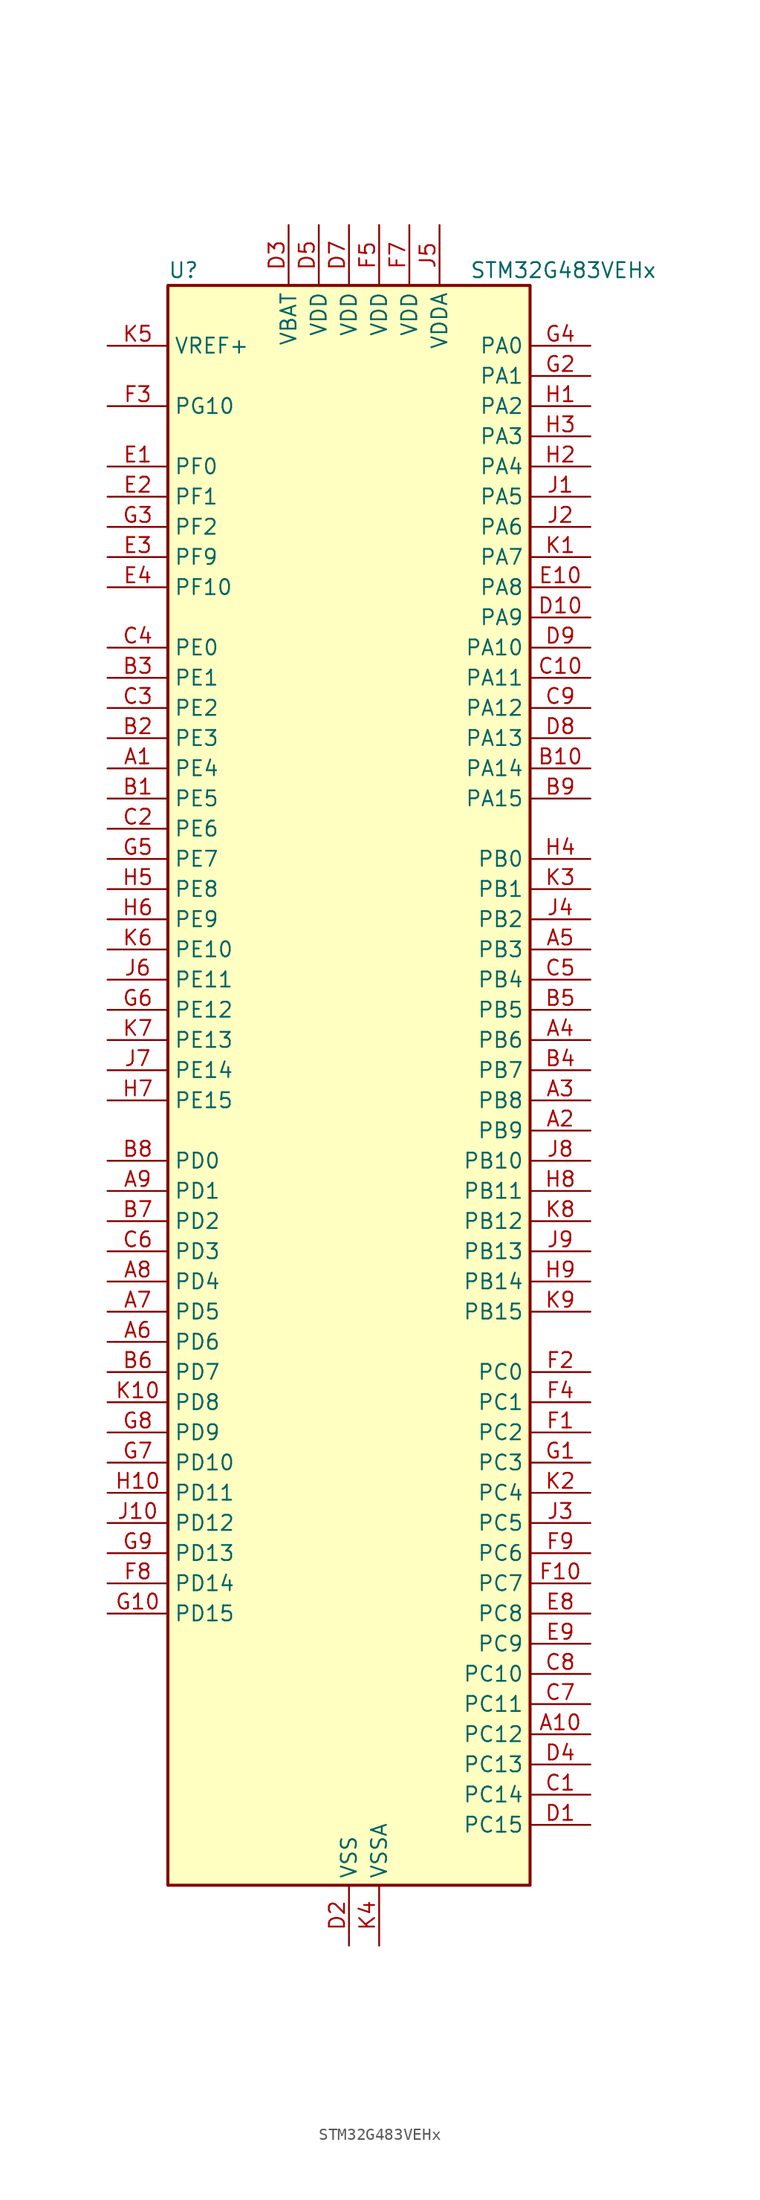
<source format=kicad_sym>
(kicad_symbol_lib
  (version 20241209)
  (generator "kicad_symbol_editor")
  (generator_version "9.0")
  (symbol "STM32G483VEHx"
    (property "Reference" "U"
      (at -15.24 69.85 0)
      (effects (font (size 1.27 1.27)) (justify left)))
    (property "Value" "STM32G483VEHx"
      (at 10.16 69.85 0)
      (effects (font (size 1.27 1.27)) (justify left)))
    (symbol "STM32G483VEHx_0_1"
      (rectangle (start -15.24 -66.04) (end 15.24 68.58) (stroke (width 0.254) (type default)) (fill (type background))))
    (symbol "STM32G483VEHx_1_1"
      (pin input line (at -20.32 63.5 0) (length 5.08) (name "VREF+" (effects (font (size 1.27 1.27)))) (number "K5" (effects (font (size 1.27 1.27)))) (alternate "VREFBUF_OUT" bidirectional line))
      (pin bidirectional line (at -20.32 58.42 0) (length 5.08) (name "PG10" (effects (font (size 1.27 1.27)))) (number "F3" (effects (font (size 1.27 1.27)))) (alternate "DAC1_EXTI10" bidirectional line) (alternate "DAC2_EXTI10" bidirectional line) (alternate "DAC3_EXTI10" bidirectional line) (alternate "DAC4_EXTI10" bidirectional line) (alternate "RCC_MCO" bidirectional line))
      (pin bidirectional line (at -20.32 53.34 0) (length 5.08) (name "PF0" (effects (font (size 1.27 1.27)))) (number "E1" (effects (font (size 1.27 1.27)))) (alternate "ADC1_IN10" bidirectional line) (alternate "I2C2_SDA" bidirectional line) (alternate "I2S2_WS" bidirectional line) (alternate "RCC_OSC_IN" bidirectional line) (alternate "SPI2_NSS" bidirectional line) (alternate "TIM1_CH3N" bidirectional line))
      (pin bidirectional line (at -20.32 50.8 0) (length 5.08) (name "PF1" (effects (font (size 1.27 1.27)))) (number "E2" (effects (font (size 1.27 1.27)))) (alternate "ADC2_IN10" bidirectional line) (alternate "COMP3_INM" bidirectional line) (alternate "I2S2_CK" bidirectional line) (alternate "RCC_OSC_OUT" bidirectional line) (alternate "SPI2_SCK" bidirectional line))
      (pin bidirectional line (at -20.32 48.26 0) (length 5.08) (name "PF2" (effects (font (size 1.27 1.27)))) (number "G3" (effects (font (size 1.27 1.27)))) (alternate "ADC3_EXTI2" bidirectional line) (alternate "ADC4_EXTI2" bidirectional line) (alternate "ADC5_EXTI2" bidirectional line) (alternate "FMC_A2" bidirectional line) (alternate "I2C2_SMBA" bidirectional line) (alternate "TIM20_CH3" bidirectional line))
      (pin bidirectional line (at -20.32 45.72 0) (length 5.08) (name "PF9" (effects (font (size 1.27 1.27)))) (number "E3" (effects (font (size 1.27 1.27)))) (alternate "DAC1_EXTI9" bidirectional line) (alternate "DAC2_EXTI9" bidirectional line) (alternate "DAC3_EXTI9" bidirectional line) (alternate "DAC4_EXTI9" bidirectional line) (alternate "FMC_A25" bidirectional line) (alternate "QUADSPI1_BK1_IO1" bidirectional line) (alternate "SAI1_FS_B" bidirectional line) (alternate "SPI2_SCK" bidirectional line) (alternate "TIM15_CH1" bidirectional line) (alternate "TIM20_BKIN" bidirectional line) (alternate "TIM5_CH4" bidirectional line))
      (pin bidirectional line (at -20.32 43.18 0) (length 5.08) (name "PF10" (effects (font (size 1.27 1.27)))) (number "E4" (effects (font (size 1.27 1.27)))) (alternate "DAC1_EXTI10" bidirectional line) (alternate "DAC2_EXTI10" bidirectional line) (alternate "DAC3_EXTI10" bidirectional line) (alternate "DAC4_EXTI10" bidirectional line) (alternate "FMC_A0" bidirectional line) (alternate "QUADSPI1_CLK" bidirectional line) (alternate "SAI1_D3" bidirectional line) (alternate "SPI2_SCK" bidirectional line) (alternate "TIM15_CH2" bidirectional line) (alternate "TIM20_BKIN2" bidirectional line))
      (pin bidirectional line (at -20.32 38.1 0) (length 5.08) (name "PE0" (effects (font (size 1.27 1.27)))) (number "C4" (effects (font (size 1.27 1.27)))) (alternate "FMC_NBL0" bidirectional line) (alternate "TIM16_CH1" bidirectional line) (alternate "TIM20_CH4N" bidirectional line) (alternate "TIM20_ETR" bidirectional line) (alternate "TIM4_ETR" bidirectional line) (alternate "USART1_TX" bidirectional line))
      (pin bidirectional line (at -20.32 35.56 0) (length 5.08) (name "PE1" (effects (font (size 1.27 1.27)))) (number "B3" (effects (font (size 1.27 1.27)))) (alternate "FMC_NBL1" bidirectional line) (alternate "TIM17_CH1" bidirectional line) (alternate "TIM20_CH4" bidirectional line) (alternate "USART1_RX" bidirectional line))
      (pin bidirectional line (at -20.32 33.02 0) (length 5.08) (name "PE2" (effects (font (size 1.27 1.27)))) (number "C3" (effects (font (size 1.27 1.27)))) (alternate "ADC3_EXTI2" bidirectional line) (alternate "ADC4_EXTI2" bidirectional line) (alternate "ADC5_EXTI2" bidirectional line) (alternate "FMC_A23" bidirectional line) (alternate "SAI1_CK1" bidirectional line) (alternate "SAI1_MCLK_A" bidirectional line) (alternate "SPI4_SCK" bidirectional line) (alternate "SYS_TRACECLK" bidirectional line) (alternate "TIM20_CH1" bidirectional line) (alternate "TIM3_CH1" bidirectional line))
      (pin bidirectional line (at -20.32 30.48 0) (length 5.08) (name "PE3" (effects (font (size 1.27 1.27)))) (number "B2" (effects (font (size 1.27 1.27)))) (alternate "ADC3_EXTI3" bidirectional line) (alternate "ADC4_EXTI3" bidirectional line) (alternate "ADC5_EXTI3" bidirectional line) (alternate "FMC_A19" bidirectional line) (alternate "SAI1_SD_B" bidirectional line) (alternate "SPI4_NSS" bidirectional line) (alternate "SYS_TRACED0" bidirectional line) (alternate "TIM20_CH2" bidirectional line) (alternate "TIM3_CH2" bidirectional line))
      (pin bidirectional line (at -20.32 27.94 0) (length 5.08) (name "PE4" (effects (font (size 1.27 1.27)))) (number "A1" (effects (font (size 1.27 1.27)))) (alternate "FMC_A20" bidirectional line) (alternate "SAI1_D2" bidirectional line) (alternate "SAI1_FS_A" bidirectional line) (alternate "SPI4_NSS" bidirectional line) (alternate "SYS_TRACED1" bidirectional line) (alternate "TIM20_CH1N" bidirectional line) (alternate "TIM3_CH3" bidirectional line))
      (pin bidirectional line (at -20.32 25.4 0) (length 5.08) (name "PE5" (effects (font (size 1.27 1.27)))) (number "B1" (effects (font (size 1.27 1.27)))) (alternate "FMC_A21" bidirectional line) (alternate "SAI1_CK2" bidirectional line) (alternate "SAI1_SCK_A" bidirectional line) (alternate "SPI4_MISO" bidirectional line) (alternate "SYS_TRACED2" bidirectional line) (alternate "TIM20_CH2N" bidirectional line) (alternate "TIM3_CH4" bidirectional line))
      (pin bidirectional line (at -20.32 22.86 0) (length 5.08) (name "PE6" (effects (font (size 1.27 1.27)))) (number "C2" (effects (font (size 1.27 1.27)))) (alternate "FMC_A22" bidirectional line) (alternate "RTC_TAMP3" bidirectional line) (alternate "SAI1_D1" bidirectional line) (alternate "SAI1_SD_A" bidirectional line) (alternate "SPI4_MOSI" bidirectional line) (alternate "SYS_TRACED3" bidirectional line) (alternate "SYS_WKUP3" bidirectional line) (alternate "TIM20_CH3N" bidirectional line))
      (pin bidirectional line (at -20.32 20.32 0) (length 5.08) (name "PE7" (effects (font (size 1.27 1.27)))) (number "G5" (effects (font (size 1.27 1.27)))) (alternate "ADC3_IN4" bidirectional line) (alternate "COMP4_INP" bidirectional line) (alternate "FMC_D4" bidirectional line) (alternate "FMC_DA4" bidirectional line) (alternate "SAI1_SD_B" bidirectional line) (alternate "TIM1_ETR" bidirectional line))
      (pin bidirectional line (at -20.32 17.78 0) (length 5.08) (name "PE8" (effects (font (size 1.27 1.27)))) (number "H5" (effects (font (size 1.27 1.27)))) (alternate "ADC3_IN6" bidirectional line) (alternate "ADC4_IN6" bidirectional line) (alternate "ADC5_IN6" bidirectional line) (alternate "COMP4_INM" bidirectional line) (alternate "FMC_D5" bidirectional line) (alternate "FMC_DA5" bidirectional line) (alternate "SAI1_SCK_B" bidirectional line) (alternate "TIM1_CH1N" bidirectional line) (alternate "TIM5_CH3" bidirectional line))
      (pin bidirectional line (at -20.32 15.24 0) (length 5.08) (name "PE9" (effects (font (size 1.27 1.27)))) (number "H6" (effects (font (size 1.27 1.27)))) (alternate "ADC3_IN2" bidirectional line) (alternate "DAC1_EXTI9" bidirectional line) (alternate "DAC2_EXTI9" bidirectional line) (alternate "DAC3_EXTI9" bidirectional line) (alternate "DAC4_EXTI9" bidirectional line) (alternate "FMC_D6" bidirectional line) (alternate "FMC_DA6" bidirectional line) (alternate "SAI1_FS_B" bidirectional line) (alternate "TIM1_CH1" bidirectional line) (alternate "TIM5_CH4" bidirectional line))
      (pin bidirectional line (at -20.32 12.7 0) (length 5.08) (name "PE10" (effects (font (size 1.27 1.27)))) (number "K6" (effects (font (size 1.27 1.27)))) (alternate "ADC3_IN14" bidirectional line) (alternate "ADC4_IN14" bidirectional line) (alternate "ADC5_IN14" bidirectional line) (alternate "DAC1_EXTI10" bidirectional line) (alternate "DAC2_EXTI10" bidirectional line) (alternate "DAC3_EXTI10" bidirectional line) (alternate "DAC4_EXTI10" bidirectional line) (alternate "FMC_D7" bidirectional line) (alternate "FMC_DA7" bidirectional line) (alternate "QUADSPI1_CLK" bidirectional line) (alternate "SAI1_MCLK_B" bidirectional line) (alternate "TIM1_CH2N" bidirectional line))
      (pin bidirectional line (at -20.32 10.16 0) (length 5.08) (name "PE11" (effects (font (size 1.27 1.27)))) (number "J6" (effects (font (size 1.27 1.27)))) (alternate "ADC1_EXTI11" bidirectional line) (alternate "ADC2_EXTI11" bidirectional line) (alternate "ADC3_IN15" bidirectional line) (alternate "ADC4_IN15" bidirectional line) (alternate "ADC5_IN15" bidirectional line) (alternate "FMC_D8" bidirectional line) (alternate "FMC_DA8" bidirectional line) (alternate "QUADSPI1_BK1_NCS" bidirectional line) (alternate "SPI4_NSS" bidirectional line) (alternate "TIM1_CH2" bidirectional line))
      (pin bidirectional line (at -20.32 7.62 0) (length 5.08) (name "PE12" (effects (font (size 1.27 1.27)))) (number "G6" (effects (font (size 1.27 1.27)))) (alternate "ADC3_IN16" bidirectional line) (alternate "ADC4_IN16" bidirectional line) (alternate "ADC5_IN16" bidirectional line) (alternate "FMC_D9" bidirectional line) (alternate "FMC_DA9" bidirectional line) (alternate "QUADSPI1_BK1_IO0" bidirectional line) (alternate "SPI4_SCK" bidirectional line) (alternate "TIM1_CH3N" bidirectional line))
      (pin bidirectional line (at -20.32 5.08 0) (length 5.08) (name "PE13" (effects (font (size 1.27 1.27)))) (number "K7" (effects (font (size 1.27 1.27)))) (alternate "ADC3_IN3" bidirectional line) (alternate "FMC_D10" bidirectional line) (alternate "FMC_DA10" bidirectional line) (alternate "QUADSPI1_BK1_IO1" bidirectional line) (alternate "SPI4_MISO" bidirectional line) (alternate "TIM1_CH3" bidirectional line))
      (pin bidirectional line (at -20.32 2.54 0) (length 5.08) (name "PE14" (effects (font (size 1.27 1.27)))) (number "J7" (effects (font (size 1.27 1.27)))) (alternate "ADC4_IN1" bidirectional line) (alternate "FMC_D11" bidirectional line) (alternate "FMC_DA11" bidirectional line) (alternate "QUADSPI1_BK1_IO2" bidirectional line) (alternate "SPI4_MOSI" bidirectional line) (alternate "TIM1_BKIN2" bidirectional line) (alternate "TIM1_CH4" bidirectional line))
      (pin bidirectional line (at -20.32 0 0) (length 5.08) (name "PE15" (effects (font (size 1.27 1.27)))) (number "H7" (effects (font (size 1.27 1.27)))) (alternate "ADC1_EXTI15" bidirectional line) (alternate "ADC2_EXTI15" bidirectional line) (alternate "ADC4_IN2" bidirectional line) (alternate "FMC_D12" bidirectional line) (alternate "FMC_DA12" bidirectional line) (alternate "QUADSPI1_BK1_IO3" bidirectional line) (alternate "TIM1_BKIN" bidirectional line) (alternate "TIM1_CH4N" bidirectional line) (alternate "USART3_RX" bidirectional line))
      (pin bidirectional line (at -20.32 -5.08 0) (length 5.08) (name "PD0" (effects (font (size 1.27 1.27)))) (number "B8" (effects (font (size 1.27 1.27)))) (alternate "FDCAN1_RX" bidirectional line) (alternate "FMC_D2" bidirectional line) (alternate "FMC_DA2" bidirectional line) (alternate "TIM8_CH4N" bidirectional line))
      (pin bidirectional line (at -20.32 -7.62 0) (length 5.08) (name "PD1" (effects (font (size 1.27 1.27)))) (number "A9" (effects (font (size 1.27 1.27)))) (alternate "FDCAN1_TX" bidirectional line) (alternate "FMC_D3" bidirectional line) (alternate "FMC_DA3" bidirectional line) (alternate "TIM8_BKIN2" bidirectional line) (alternate "TIM8_CH4" bidirectional line))
      (pin bidirectional line (at -20.32 -10.16 0) (length 5.08) (name "PD2" (effects (font (size 1.27 1.27)))) (number "B7" (effects (font (size 1.27 1.27)))) (alternate "ADC3_EXTI2" bidirectional line) (alternate "ADC4_EXTI2" bidirectional line) (alternate "ADC5_EXTI2" bidirectional line) (alternate "TIM3_ETR" bidirectional line) (alternate "TIM8_BKIN" bidirectional line) (alternate "UART5_RX" bidirectional line))
      (pin bidirectional line (at -20.32 -12.7 0) (length 5.08) (name "PD3" (effects (font (size 1.27 1.27)))) (number "C6" (effects (font (size 1.27 1.27)))) (alternate "ADC3_EXTI3" bidirectional line) (alternate "ADC4_EXTI3" bidirectional line) (alternate "ADC5_EXTI3" bidirectional line) (alternate "FMC_CLK" bidirectional line) (alternate "QUADSPI1_BK2_NCS" bidirectional line) (alternate "TIM2_CH1" bidirectional line) (alternate "TIM2_ETR" bidirectional line) (alternate "USART2_CTS" bidirectional line) (alternate "USART2_NSS" bidirectional line))
      (pin bidirectional line (at -20.32 -15.24 0) (length 5.08) (name "PD4" (effects (font (size 1.27 1.27)))) (number "A8" (effects (font (size 1.27 1.27)))) (alternate "FMC_NOE" bidirectional line) (alternate "QUADSPI1_BK2_IO0" bidirectional line) (alternate "TIM2_CH2" bidirectional line) (alternate "USART2_DE" bidirectional line) (alternate "USART2_RTS" bidirectional line))
      (pin bidirectional line (at -20.32 -17.78 0) (length 5.08) (name "PD5" (effects (font (size 1.27 1.27)))) (number "A7" (effects (font (size 1.27 1.27)))) (alternate "FMC_NWE" bidirectional line) (alternate "QUADSPI1_BK2_IO1" bidirectional line) (alternate "USART2_TX" bidirectional line))
      (pin bidirectional line (at -20.32 -20.32 0) (length 5.08) (name "PD6" (effects (font (size 1.27 1.27)))) (number "A6" (effects (font (size 1.27 1.27)))) (alternate "FMC_NWAIT" bidirectional line) (alternate "QUADSPI1_BK2_IO2" bidirectional line) (alternate "SAI1_D1" bidirectional line) (alternate "SAI1_SD_A" bidirectional line) (alternate "TIM2_CH4" bidirectional line) (alternate "USART2_RX" bidirectional line))
      (pin bidirectional line (at -20.32 -22.86 0) (length 5.08) (name "PD7" (effects (font (size 1.27 1.27)))) (number "B6" (effects (font (size 1.27 1.27)))) (alternate "FMC_NCE" bidirectional line) (alternate "FMC_NE1" bidirectional line) (alternate "QUADSPI1_BK2_IO3" bidirectional line) (alternate "TIM2_CH3" bidirectional line) (alternate "USART2_CK" bidirectional line))
      (pin bidirectional line (at -20.32 -25.4 0) (length 5.08) (name "PD8" (effects (font (size 1.27 1.27)))) (number "K10" (effects (font (size 1.27 1.27)))) (alternate "ADC4_IN12" bidirectional line) (alternate "ADC5_IN12" bidirectional line) (alternate "FMC_D13" bidirectional line) (alternate "FMC_DA13" bidirectional line) (alternate "OPAMP4_VINM" bidirectional line) (alternate "OPAMP4_VINM1" bidirectional line) (alternate "OPAMP4_VINM_SEC" bidirectional line) (alternate "USART3_TX" bidirectional line))
      (pin bidirectional line (at -20.32 -27.94 0) (length 5.08) (name "PD9" (effects (font (size 1.27 1.27)))) (number "G8" (effects (font (size 1.27 1.27)))) (alternate "ADC4_IN13" bidirectional line) (alternate "ADC5_IN13" bidirectional line) (alternate "DAC1_EXTI9" bidirectional line) (alternate "DAC2_EXTI9" bidirectional line) (alternate "DAC3_EXTI9" bidirectional line) (alternate "DAC4_EXTI9" bidirectional line) (alternate "FMC_D14" bidirectional line) (alternate "FMC_DA14" bidirectional line) (alternate "OPAMP6_VINP" bidirectional line) (alternate "OPAMP6_VINP_SEC" bidirectional line) (alternate "USART3_RX" bidirectional line))
      (pin bidirectional line (at -20.32 -30.48 0) (length 5.08) (name "PD10" (effects (font (size 1.27 1.27)))) (number "G7" (effects (font (size 1.27 1.27)))) (alternate "ADC3_IN7" bidirectional line) (alternate "ADC4_IN7" bidirectional line) (alternate "ADC5_IN7" bidirectional line) (alternate "COMP6_INM" bidirectional line) (alternate "DAC1_EXTI10" bidirectional line) (alternate "DAC2_EXTI10" bidirectional line) (alternate "DAC3_EXTI10" bidirectional line) (alternate "DAC4_EXTI10" bidirectional line) (alternate "FMC_D15" bidirectional line) (alternate "FMC_DA15" bidirectional line) (alternate "USART3_CK" bidirectional line))
      (pin bidirectional line (at -20.32 -33.02 0) (length 5.08) (name "PD11" (effects (font (size 1.27 1.27)))) (number "H10" (effects (font (size 1.27 1.27)))) (alternate "ADC1_EXTI11" bidirectional line) (alternate "ADC2_EXTI11" bidirectional line) (alternate "ADC3_IN8" bidirectional line) (alternate "ADC4_IN8" bidirectional line) (alternate "ADC5_IN8" bidirectional line) (alternate "COMP6_INP" bidirectional line) (alternate "FMC_A16" bidirectional line) (alternate "FMC_CLE" bidirectional line) (alternate "I2C4_SMBA" bidirectional line) (alternate "OPAMP4_VINP" bidirectional line) (alternate "OPAMP4_VINP_SEC" bidirectional line) (alternate "TIM5_ETR" bidirectional line) (alternate "USART3_CTS" bidirectional line) (alternate "USART3_NSS" bidirectional line))
      (pin bidirectional line (at -20.32 -35.56 0) (length 5.08) (name "PD12" (effects (font (size 1.27 1.27)))) (number "J10" (effects (font (size 1.27 1.27)))) (alternate "ADC3_IN9" bidirectional line) (alternate "ADC4_IN9" bidirectional line) (alternate "ADC5_IN9" bidirectional line) (alternate "COMP5_INP" bidirectional line) (alternate "FMC_A17" bidirectional line) (alternate "FMC_ALE" bidirectional line) (alternate "OPAMP5_VINP" bidirectional line) (alternate "OPAMP5_VINP_SEC" bidirectional line) (alternate "TIM4_CH1" bidirectional line) (alternate "USART3_DE" bidirectional line) (alternate "USART3_RTS" bidirectional line))
      (pin bidirectional line (at -20.32 -38.1 0) (length 5.08) (name "PD13" (effects (font (size 1.27 1.27)))) (number "G9" (effects (font (size 1.27 1.27)))) (alternate "ADC3_IN10" bidirectional line) (alternate "ADC4_IN10" bidirectional line) (alternate "ADC5_IN10" bidirectional line) (alternate "COMP5_INM" bidirectional line) (alternate "FMC_A18" bidirectional line) (alternate "TIM4_CH2" bidirectional line))
      (pin bidirectional line (at -20.32 -40.64 0) (length 5.08) (name "PD14" (effects (font (size 1.27 1.27)))) (number "F8" (effects (font (size 1.27 1.27)))) (alternate "ADC3_IN11" bidirectional line) (alternate "ADC4_IN11" bidirectional line) (alternate "ADC5_IN11" bidirectional line) (alternate "COMP7_INP" bidirectional line) (alternate "FMC_D0" bidirectional line) (alternate "FMC_DA0" bidirectional line) (alternate "OPAMP2_VINP" bidirectional line) (alternate "OPAMP2_VINP_SEC" bidirectional line) (alternate "TIM4_CH3" bidirectional line))
      (pin bidirectional line (at -20.32 -43.18 0) (length 5.08) (name "PD15" (effects (font (size 1.27 1.27)))) (number "G10" (effects (font (size 1.27 1.27)))) (alternate "ADC1_EXTI15" bidirectional line) (alternate "ADC2_EXTI15" bidirectional line) (alternate "COMP7_INM" bidirectional line) (alternate "FMC_D1" bidirectional line) (alternate "FMC_DA1" bidirectional line) (alternate "SPI2_NSS" bidirectional line) (alternate "TIM4_CH4" bidirectional line))
      (pin power_in line (at -5.08 73.66 270) (length 5.08) (name "VBAT" (effects (font (size 1.27 1.27)))) (number "D3" (effects (font (size 1.27 1.27)))))
      (pin power_in line (at -2.54 73.66 270) (length 5.08) (name "VDD" (effects (font (size 1.27 1.27)))) (number "D5" (effects (font (size 1.27 1.27)))))
      (pin power_in line (at 0 73.66 270) (length 5.08) (name "VDD" (effects (font (size 1.27 1.27)))) (number "D7" (effects (font (size 1.27 1.27)))))
      (pin power_in line (at 0 -71.12 90) (length 5.08) (name "VSS" (effects (font (size 1.27 1.27)))) (number "D2" (effects (font (size 1.27 1.27)))))
      (pin passive line (at 0 -71.12 90) (length 5.08) (hide yes) (name "VSS" (effects (font (size 1.27 1.27)))) (number "D6" (effects (font (size 1.27 1.27)))))
      (pin passive line (at 0 -71.12 90) (length 5.08) (hide yes) (name "VSS" (effects (font (size 1.27 1.27)))) (number "E5" (effects (font (size 1.27 1.27)))))
      (pin passive line (at 0 -71.12 90) (length 5.08) (hide yes) (name "VSS" (effects (font (size 1.27 1.27)))) (number "E6" (effects (font (size 1.27 1.27)))))
      (pin passive line (at 0 -71.12 90) (length 5.08) (hide yes) (name "VSS" (effects (font (size 1.27 1.27)))) (number "E7" (effects (font (size 1.27 1.27)))))
      (pin passive line (at 0 -71.12 90) (length 5.08) (hide yes) (name "VSS" (effects (font (size 1.27 1.27)))) (number "F6" (effects (font (size 1.27 1.27)))))
      (pin power_in line (at 2.54 73.66 270) (length 5.08) (name "VDD" (effects (font (size 1.27 1.27)))) (number "F5" (effects (font (size 1.27 1.27)))))
      (pin power_in line (at 2.54 -71.12 90) (length 5.08) (name "VSSA" (effects (font (size 1.27 1.27)))) (number "K4" (effects (font (size 1.27 1.27)))))
      (pin power_in line (at 5.08 73.66 270) (length 5.08) (name "VDD" (effects (font (size 1.27 1.27)))) (number "F7" (effects (font (size 1.27 1.27)))))
      (pin power_in line (at 7.62 73.66 270) (length 5.08) (name "VDDA" (effects (font (size 1.27 1.27)))) (number "J5" (effects (font (size 1.27 1.27)))))
      (pin bidirectional line (at 20.32 63.5 180) (length 5.08) (name "PA0" (effects (font (size 1.27 1.27)))) (number "G4" (effects (font (size 1.27 1.27)))) (alternate "ADC1_IN1" bidirectional line) (alternate "ADC2_IN1" bidirectional line) (alternate "COMP1_INM" bidirectional line) (alternate "COMP1_OUT" bidirectional line) (alternate "COMP3_INP" bidirectional line) (alternate "RTC_TAMP2" bidirectional line) (alternate "SYS_WKUP1" bidirectional line) (alternate "TIM2_CH1" bidirectional line) (alternate "TIM2_ETR" bidirectional line) (alternate "TIM5_CH1" bidirectional line) (alternate "TIM8_BKIN" bidirectional line) (alternate "TIM8_ETR" bidirectional line) (alternate "USART2_CTS" bidirectional line) (alternate "USART2_NSS" bidirectional line))
      (pin bidirectional line (at 20.32 60.96 180) (length 5.08) (name "PA1" (effects (font (size 1.27 1.27)))) (number "G2" (effects (font (size 1.27 1.27)))) (alternate "ADC1_IN2" bidirectional line) (alternate "ADC2_IN2" bidirectional line) (alternate "COMP1_INP" bidirectional line) (alternate "OPAMP1_VINP" bidirectional line) (alternate "OPAMP1_VINP_SEC" bidirectional line) (alternate "OPAMP3_VINP" bidirectional line) (alternate "OPAMP3_VINP_SEC" bidirectional line) (alternate "OPAMP6_VINM" bidirectional line) (alternate "OPAMP6_VINM0" bidirectional line) (alternate "OPAMP6_VINM_SEC" bidirectional line) (alternate "RTC_REFIN" bidirectional line) (alternate "TIM15_CH1N" bidirectional line) (alternate "TIM2_CH2" bidirectional line) (alternate "TIM5_CH2" bidirectional line) (alternate "USART2_DE" bidirectional line) (alternate "USART2_RTS" bidirectional line))
      (pin bidirectional line (at 20.32 58.42 180) (length 5.08) (name "PA2" (effects (font (size 1.27 1.27)))) (number "H1" (effects (font (size 1.27 1.27)))) (alternate "ADC1_IN3" bidirectional line) (alternate "ADC3_EXTI2" bidirectional line) (alternate "ADC4_EXTI2" bidirectional line) (alternate "ADC5_EXTI2" bidirectional line) (alternate "COMP2_INM" bidirectional line) (alternate "COMP2_OUT" bidirectional line) (alternate "LPUART1_TX" bidirectional line) (alternate "OPAMP1_VOUT" bidirectional line) (alternate "QUADSPI1_BK1_NCS" bidirectional line) (alternate "RCC_LSCO" bidirectional line) (alternate "SYS_WKUP4" bidirectional line) (alternate "TIM15_CH1" bidirectional line) (alternate "TIM2_CH3" bidirectional line) (alternate "TIM5_CH3" bidirectional line) (alternate "UCPD1_FRSTX1" bidirectional line) (alternate "UCPD1_FRSTX2" bidirectional line) (alternate "USART2_TX" bidirectional line))
      (pin bidirectional line (at 20.32 55.88 180) (length 5.08) (name "PA3" (effects (font (size 1.27 1.27)))) (number "H3" (effects (font (size 1.27 1.27)))) (alternate "ADC1_IN4" bidirectional line) (alternate "ADC3_EXTI3" bidirectional line) (alternate "ADC4_EXTI3" bidirectional line) (alternate "ADC5_EXTI3" bidirectional line) (alternate "COMP2_INP" bidirectional line) (alternate "LPUART1_RX" bidirectional line) (alternate "OPAMP1_VINM" bidirectional line) (alternate "OPAMP1_VINM0" bidirectional line) (alternate "OPAMP1_VINM_SEC" bidirectional line) (alternate "OPAMP1_VINP" bidirectional line) (alternate "OPAMP1_VINP_SEC" bidirectional line) (alternate "OPAMP5_VINM" bidirectional line) (alternate "OPAMP5_VINM1" bidirectional line) (alternate "OPAMP5_VINM_SEC" bidirectional line) (alternate "QUADSPI1_CLK" bidirectional line) (alternate "SAI1_CK1" bidirectional line) (alternate "SAI1_MCLK_A" bidirectional line) (alternate "TIM15_CH2" bidirectional line) (alternate "TIM2_CH4" bidirectional line) (alternate "TIM5_CH4" bidirectional line) (alternate "USART2_RX" bidirectional line))
      (pin bidirectional line (at 20.32 53.34 180) (length 5.08) (name "PA4" (effects (font (size 1.27 1.27)))) (number "H2" (effects (font (size 1.27 1.27)))) (alternate "ADC2_IN17" bidirectional line) (alternate "COMP1_INM" bidirectional line) (alternate "DAC1_OUT1" bidirectional line) (alternate "I2S3_WS" bidirectional line) (alternate "SAI1_FS_B" bidirectional line) (alternate "SPI1_NSS" bidirectional line) (alternate "SPI3_NSS" bidirectional line) (alternate "TIM3_CH2" bidirectional line) (alternate "USART2_CK" bidirectional line))
      (pin bidirectional line (at 20.32 50.8 180) (length 5.08) (name "PA5" (effects (font (size 1.27 1.27)))) (number "J1" (effects (font (size 1.27 1.27)))) (alternate "ADC2_IN13" bidirectional line) (alternate "COMP2_INM" bidirectional line) (alternate "DAC1_OUT2" bidirectional line) (alternate "OPAMP2_VINM" bidirectional line) (alternate "OPAMP2_VINM0" bidirectional line) (alternate "OPAMP2_VINM_SEC" bidirectional line) (alternate "SPI1_SCK" bidirectional line) (alternate "TIM2_CH1" bidirectional line) (alternate "TIM2_ETR" bidirectional line) (alternate "UCPD1_FRSTX1" bidirectional line) (alternate "UCPD1_FRSTX2" bidirectional line))
      (pin bidirectional line (at 20.32 48.26 180) (length 5.08) (name "PA6" (effects (font (size 1.27 1.27)))) (number "J2" (effects (font (size 1.27 1.27)))) (alternate "ADC2_IN3" bidirectional line) (alternate "COMP1_OUT" bidirectional line) (alternate "DAC2_OUT1" bidirectional line) (alternate "LPUART1_CTS" bidirectional line) (alternate "OPAMP2_VOUT" bidirectional line) (alternate "QUADSPI1_BK1_IO3" bidirectional line) (alternate "SPI1_MISO" bidirectional line) (alternate "TIM16_CH1" bidirectional line) (alternate "TIM1_BKIN" bidirectional line) (alternate "TIM3_CH1" bidirectional line) (alternate "TIM8_BKIN" bidirectional line))
      (pin bidirectional line (at 20.32 45.72 180) (length 5.08) (name "PA7" (effects (font (size 1.27 1.27)))) (number "K1" (effects (font (size 1.27 1.27)))) (alternate "ADC2_IN4" bidirectional line) (alternate "COMP2_INP" bidirectional line) (alternate "COMP2_OUT" bidirectional line) (alternate "OPAMP1_VINP" bidirectional line) (alternate "OPAMP1_VINP_SEC" bidirectional line) (alternate "OPAMP2_VINP" bidirectional line) (alternate "OPAMP2_VINP_SEC" bidirectional line) (alternate "QUADSPI1_BK1_IO2" bidirectional line) (alternate "SPI1_MOSI" bidirectional line) (alternate "TIM17_CH1" bidirectional line) (alternate "TIM1_CH1N" bidirectional line) (alternate "TIM3_CH2" bidirectional line) (alternate "TIM8_CH1N" bidirectional line) (alternate "UCPD1_FRSTX1" bidirectional line) (alternate "UCPD1_FRSTX2" bidirectional line))
      (pin bidirectional line (at 20.32 43.18 180) (length 5.08) (name "PA8" (effects (font (size 1.27 1.27)))) (number "E10" (effects (font (size 1.27 1.27)))) (alternate "ADC5_IN1" bidirectional line) (alternate "COMP7_OUT" bidirectional line) (alternate "FDCAN3_RX" bidirectional line) (alternate "I2C2_SDA" bidirectional line) (alternate "I2C3_SCL" bidirectional line) (alternate "I2S2_MCK" bidirectional line) (alternate "OPAMP5_VOUT" bidirectional line) (alternate "RCC_MCO" bidirectional line) (alternate "SAI1_CK2" bidirectional line) (alternate "SAI1_SCK_A" bidirectional line) (alternate "TIM1_CH1" bidirectional line) (alternate "TIM4_ETR" bidirectional line) (alternate "USART1_CK" bidirectional line))
      (pin bidirectional line (at 20.32 40.64 180) (length 5.08) (name "PA9" (effects (font (size 1.27 1.27)))) (number "D10" (effects (font (size 1.27 1.27)))) (alternate "ADC5_IN2" bidirectional line) (alternate "COMP5_OUT" bidirectional line) (alternate "DAC1_EXTI9" bidirectional line) (alternate "DAC2_EXTI9" bidirectional line) (alternate "DAC3_EXTI9" bidirectional line) (alternate "DAC4_EXTI9" bidirectional line) (alternate "I2C2_SCL" bidirectional line) (alternate "I2C3_SMBA" bidirectional line) (alternate "I2S3_MCK" bidirectional line) (alternate "SAI1_FS_A" bidirectional line) (alternate "TIM15_BKIN" bidirectional line) (alternate "TIM1_CH2" bidirectional line) (alternate "TIM2_CH3" bidirectional line) (alternate "UCPD1_DBCC1" bidirectional line) (alternate "USART1_TX" bidirectional line))
      (pin bidirectional line (at 20.32 38.1 180) (length 5.08) (name "PA10" (effects (font (size 1.27 1.27)))) (number "D9" (effects (font (size 1.27 1.27)))) (alternate "COMP6_OUT" bidirectional line) (alternate "CRS_SYNC" bidirectional line) (alternate "DAC1_EXTI10" bidirectional line) (alternate "DAC2_EXTI10" bidirectional line) (alternate "DAC3_EXTI10" bidirectional line) (alternate "DAC4_EXTI10" bidirectional line) (alternate "I2C2_SMBA" bidirectional line) (alternate "SAI1_D1" bidirectional line) (alternate "SAI1_SD_A" bidirectional line) (alternate "SPI2_MISO" bidirectional line) (alternate "TIM17_BKIN" bidirectional line) (alternate "TIM1_CH3" bidirectional line) (alternate "TIM2_CH4" bidirectional line) (alternate "TIM8_BKIN" bidirectional line) (alternate "UCPD1_DBCC2" bidirectional line) (alternate "USART1_RX" bidirectional line))
      (pin bidirectional line (at 20.32 35.56 180) (length 5.08) (name "PA11" (effects (font (size 1.27 1.27)))) (number "C10" (effects (font (size 1.27 1.27)))) (alternate "ADC1_EXTI11" bidirectional line) (alternate "ADC2_EXTI11" bidirectional line) (alternate "COMP1_OUT" bidirectional line) (alternate "FDCAN1_RX" bidirectional line) (alternate "I2S2_SD" bidirectional line) (alternate "SPI2_MOSI" bidirectional line) (alternate "TIM1_BKIN2" bidirectional line) (alternate "TIM1_CH1N" bidirectional line) (alternate "TIM1_CH4" bidirectional line) (alternate "TIM4_CH1" bidirectional line) (alternate "USART1_CTS" bidirectional line) (alternate "USART1_NSS" bidirectional line) (alternate "USB_DM" bidirectional line))
      (pin bidirectional line (at 20.32 33.02 180) (length 5.08) (name "PA12" (effects (font (size 1.27 1.27)))) (number "C9" (effects (font (size 1.27 1.27)))) (alternate "COMP2_OUT" bidirectional line) (alternate "FDCAN1_TX" bidirectional line) (alternate "I2S_CKIN" bidirectional line) (alternate "TIM16_CH1" bidirectional line) (alternate "TIM1_CH2N" bidirectional line) (alternate "TIM1_ETR" bidirectional line) (alternate "TIM4_CH2" bidirectional line) (alternate "USART1_DE" bidirectional line) (alternate "USART1_RTS" bidirectional line) (alternate "USB_DP" bidirectional line))
      (pin bidirectional line (at 20.32 30.48 180) (length 5.08) (name "PA13" (effects (font (size 1.27 1.27)))) (number "D8" (effects (font (size 1.27 1.27)))) (alternate "I2C1_SCL" bidirectional line) (alternate "I2C4_SCL" bidirectional line) (alternate "IR_OUT" bidirectional line) (alternate "SAI1_SD_B" bidirectional line) (alternate "SYS_JTMS-SWDIO" bidirectional line) (alternate "TIM16_CH1N" bidirectional line) (alternate "TIM4_CH3" bidirectional line) (alternate "USART3_CTS" bidirectional line) (alternate "USART3_NSS" bidirectional line))
      (pin bidirectional line (at 20.32 27.94 180) (length 5.08) (name "PA14" (effects (font (size 1.27 1.27)))) (number "B10" (effects (font (size 1.27 1.27)))) (alternate "I2C1_SDA" bidirectional line) (alternate "I2C4_SMBA" bidirectional line) (alternate "LPTIM1_OUT" bidirectional line) (alternate "SAI1_FS_B" bidirectional line) (alternate "SYS_JTCK-SWCLK" bidirectional line) (alternate "TIM1_BKIN" bidirectional line) (alternate "TIM8_CH2" bidirectional line) (alternate "USART2_TX" bidirectional line))
      (pin bidirectional line (at 20.32 25.4 180) (length 5.08) (name "PA15" (effects (font (size 1.27 1.27)))) (number "B9" (effects (font (size 1.27 1.27)))) (alternate "ADC1_EXTI15" bidirectional line) (alternate "ADC2_EXTI15" bidirectional line) (alternate "FDCAN3_TX" bidirectional line) (alternate "I2C1_SCL" bidirectional line) (alternate "I2S3_WS" bidirectional line) (alternate "SPI1_NSS" bidirectional line) (alternate "SPI3_NSS" bidirectional line) (alternate "SYS_JTDI" bidirectional line) (alternate "TIM1_BKIN" bidirectional line) (alternate "TIM2_CH1" bidirectional line) (alternate "TIM2_ETR" bidirectional line) (alternate "TIM8_CH1" bidirectional line) (alternate "UART4_DE" bidirectional line) (alternate "UART4_RTS" bidirectional line) (alternate "USART2_RX" bidirectional line))
      (pin bidirectional line (at 20.32 20.32 180) (length 5.08) (name "PB0" (effects (font (size 1.27 1.27)))) (number "H4" (effects (font (size 1.27 1.27)))) (alternate "ADC1_IN15" bidirectional line) (alternate "ADC3_IN12" bidirectional line) (alternate "COMP4_INP" bidirectional line) (alternate "OPAMP2_VINP" bidirectional line) (alternate "OPAMP2_VINP_SEC" bidirectional line) (alternate "OPAMP3_VINP" bidirectional line) (alternate "OPAMP3_VINP_SEC" bidirectional line) (alternate "QUADSPI1_BK1_IO1" bidirectional line) (alternate "TIM1_CH2N" bidirectional line) (alternate "TIM3_CH3" bidirectional line) (alternate "TIM8_CH2N" bidirectional line) (alternate "UCPD1_FRSTX1" bidirectional line) (alternate "UCPD1_FRSTX2" bidirectional line))
      (pin bidirectional line (at 20.32 17.78 180) (length 5.08) (name "PB1" (effects (font (size 1.27 1.27)))) (number "K3" (effects (font (size 1.27 1.27)))) (alternate "ADC1_IN12" bidirectional line) (alternate "ADC3_IN1" bidirectional line) (alternate "COMP1_INP" bidirectional line) (alternate "COMP4_OUT" bidirectional line) (alternate "LPUART1_DE" bidirectional line) (alternate "LPUART1_RTS" bidirectional line) (alternate "OPAMP3_VOUT" bidirectional line) (alternate "OPAMP6_VINM" bidirectional line) (alternate "OPAMP6_VINM1" bidirectional line) (alternate "OPAMP6_VINM_SEC" bidirectional line) (alternate "QUADSPI1_BK1_IO0" bidirectional line) (alternate "TIM1_CH3N" bidirectional line) (alternate "TIM3_CH4" bidirectional line) (alternate "TIM8_CH3N" bidirectional line))
      (pin bidirectional line (at 20.32 15.24 180) (length 5.08) (name "PB2" (effects (font (size 1.27 1.27)))) (number "J4" (effects (font (size 1.27 1.27)))) (alternate "ADC2_IN12" bidirectional line) (alternate "ADC3_EXTI2" bidirectional line) (alternate "ADC4_EXTI2" bidirectional line) (alternate "ADC5_EXTI2" bidirectional line) (alternate "COMP4_INM" bidirectional line) (alternate "I2C3_SMBA" bidirectional line) (alternate "LPTIM1_OUT" bidirectional line) (alternate "OPAMP3_VINM" bidirectional line) (alternate "OPAMP3_VINM0" bidirectional line) (alternate "OPAMP3_VINM_SEC" bidirectional line) (alternate "QUADSPI1_BK2_IO1" bidirectional line) (alternate "RTC_OUT2" bidirectional line) (alternate "TIM20_CH1" bidirectional line) (alternate "TIM5_CH1" bidirectional line))
      (pin bidirectional line (at 20.32 12.7 180) (length 5.08) (name "PB3" (effects (font (size 1.27 1.27)))) (number "A5" (effects (font (size 1.27 1.27)))) (alternate "ADC3_EXTI3" bidirectional line) (alternate "ADC4_EXTI3" bidirectional line) (alternate "ADC5_EXTI3" bidirectional line) (alternate "CRS_SYNC" bidirectional line) (alternate "FDCAN3_RX" bidirectional line) (alternate "I2S3_CK" bidirectional line) (alternate "SAI1_SCK_B" bidirectional line) (alternate "SPI1_SCK" bidirectional line) (alternate "SPI3_SCK" bidirectional line) (alternate "SYS_JTDO-SWO" bidirectional line) (alternate "TIM2_CH2" bidirectional line) (alternate "TIM3_ETR" bidirectional line) (alternate "TIM4_ETR" bidirectional line) (alternate "TIM8_CH1N" bidirectional line) (alternate "USART2_TX" bidirectional line))
      (pin bidirectional line (at 20.32 10.16 180) (length 5.08) (name "PB4" (effects (font (size 1.27 1.27)))) (number "C5" (effects (font (size 1.27 1.27)))) (alternate "FDCAN3_TX" bidirectional line) (alternate "SAI1_MCLK_B" bidirectional line) (alternate "SPI1_MISO" bidirectional line) (alternate "SPI3_MISO" bidirectional line) (alternate "SYS_JTRST" bidirectional line) (alternate "TIM16_CH1" bidirectional line) (alternate "TIM17_BKIN" bidirectional line) (alternate "TIM3_CH1" bidirectional line) (alternate "TIM8_CH2N" bidirectional line) (alternate "UART5_DE" bidirectional line) (alternate "UART5_RTS" bidirectional line) (alternate "UCPD1_CC2" bidirectional line) (alternate "USART2_RX" bidirectional line))
      (pin bidirectional line (at 20.32 7.62 180) (length 5.08) (name "PB5" (effects (font (size 1.27 1.27)))) (number "B5" (effects (font (size 1.27 1.27)))) (alternate "FDCAN2_RX" bidirectional line) (alternate "I2C1_SMBA" bidirectional line) (alternate "I2C3_SDA" bidirectional line) (alternate "I2S3_SD" bidirectional line) (alternate "LPTIM1_IN1" bidirectional line) (alternate "SAI1_SD_B" bidirectional line) (alternate "SPI1_MOSI" bidirectional line) (alternate "SPI3_MOSI" bidirectional line) (alternate "TIM16_BKIN" bidirectional line) (alternate "TIM17_CH1" bidirectional line) (alternate "TIM3_CH2" bidirectional line) (alternate "TIM8_CH3N" bidirectional line) (alternate "UART5_CTS" bidirectional line) (alternate "USART2_CK" bidirectional line))
      (pin bidirectional line (at 20.32 5.08 180) (length 5.08) (name "PB6" (effects (font (size 1.27 1.27)))) (number "A4" (effects (font (size 1.27 1.27)))) (alternate "COMP4_OUT" bidirectional line) (alternate "FDCAN2_TX" bidirectional line) (alternate "LPTIM1_ETR" bidirectional line) (alternate "SAI1_FS_B" bidirectional line) (alternate "TIM16_CH1N" bidirectional line) (alternate "TIM4_CH1" bidirectional line) (alternate "TIM8_BKIN2" bidirectional line) (alternate "TIM8_CH1" bidirectional line) (alternate "TIM8_ETR" bidirectional line) (alternate "UCPD1_CC1" bidirectional line) (alternate "USART1_TX" bidirectional line))
      (pin bidirectional line (at 20.32 2.54 180) (length 5.08) (name "PB7" (effects (font (size 1.27 1.27)))) (number "B4" (effects (font (size 1.27 1.27)))) (alternate "COMP3_OUT" bidirectional line) (alternate "FMC_NL" bidirectional line) (alternate "I2C1_SDA" bidirectional line) (alternate "I2C4_SDA" bidirectional line) (alternate "LPTIM1_IN2" bidirectional line) (alternate "SYS_PVD_IN" bidirectional line) (alternate "TIM17_CH1N" bidirectional line) (alternate "TIM3_CH4" bidirectional line) (alternate "TIM4_CH2" bidirectional line) (alternate "TIM8_BKIN" bidirectional line) (alternate "UART4_CTS" bidirectional line) (alternate "USART1_RX" bidirectional line))
      (pin bidirectional line (at 20.32 0 180) (length 5.08) (name "PB8" (effects (font (size 1.27 1.27)))) (number "A3" (effects (font (size 1.27 1.27)))) (alternate "COMP1_OUT" bidirectional line) (alternate "FDCAN1_RX" bidirectional line) (alternate "I2C1_SCL" bidirectional line) (alternate "SAI1_CK1" bidirectional line) (alternate "SAI1_MCLK_A" bidirectional line) (alternate "TIM16_CH1" bidirectional line) (alternate "TIM1_BKIN" bidirectional line) (alternate "TIM4_CH3" bidirectional line) (alternate "TIM8_CH2" bidirectional line) (alternate "USART3_RX" bidirectional line))
      (pin bidirectional line (at 20.32 -2.54 180) (length 5.08) (name "PB9" (effects (font (size 1.27 1.27)))) (number "A2" (effects (font (size 1.27 1.27)))) (alternate "COMP2_OUT" bidirectional line) (alternate "DAC1_EXTI9" bidirectional line) (alternate "DAC2_EXTI9" bidirectional line) (alternate "DAC3_EXTI9" bidirectional line) (alternate "DAC4_EXTI9" bidirectional line) (alternate "FDCAN1_TX" bidirectional line) (alternate "I2C1_SDA" bidirectional line) (alternate "IR_OUT" bidirectional line) (alternate "SAI1_D2" bidirectional line) (alternate "SAI1_FS_A" bidirectional line) (alternate "TIM17_CH1" bidirectional line) (alternate "TIM1_CH3N" bidirectional line) (alternate "TIM4_CH4" bidirectional line) (alternate "TIM8_CH3" bidirectional line) (alternate "USART3_TX" bidirectional line))
      (pin bidirectional line (at 20.32 -5.08 180) (length 5.08) (name "PB10" (effects (font (size 1.27 1.27)))) (number "J8" (effects (font (size 1.27 1.27)))) (alternate "COMP5_INM" bidirectional line) (alternate "DAC1_EXTI10" bidirectional line) (alternate "DAC2_EXTI10" bidirectional line) (alternate "DAC3_EXTI10" bidirectional line) (alternate "DAC4_EXTI10" bidirectional line) (alternate "LPUART1_RX" bidirectional line) (alternate "OPAMP3_VINM" bidirectional line) (alternate "OPAMP3_VINM1" bidirectional line) (alternate "OPAMP3_VINM_SEC" bidirectional line) (alternate "OPAMP4_VINM" bidirectional line) (alternate "OPAMP4_VINM0" bidirectional line) (alternate "OPAMP4_VINM_SEC" bidirectional line) (alternate "QUADSPI1_CLK" bidirectional line) (alternate "SAI1_SCK_A" bidirectional line) (alternate "TIM1_BKIN" bidirectional line) (alternate "TIM2_CH3" bidirectional line) (alternate "USART3_TX" bidirectional line))
      (pin bidirectional line (at 20.32 -7.62 180) (length 5.08) (name "PB11" (effects (font (size 1.27 1.27)))) (number "H8" (effects (font (size 1.27 1.27)))) (alternate "ADC1_EXTI11" bidirectional line) (alternate "ADC1_IN14" bidirectional line) (alternate "ADC2_EXTI11" bidirectional line) (alternate "ADC2_IN14" bidirectional line) (alternate "COMP6_INP" bidirectional line) (alternate "LPUART1_TX" bidirectional line) (alternate "OPAMP4_VINP" bidirectional line) (alternate "OPAMP4_VINP_SEC" bidirectional line) (alternate "OPAMP6_VOUT" bidirectional line) (alternate "QUADSPI1_BK1_NCS" bidirectional line) (alternate "TIM2_CH4" bidirectional line) (alternate "USART3_RX" bidirectional line))
      (pin bidirectional line (at 20.32 -10.16 180) (length 5.08) (name "PB12" (effects (font (size 1.27 1.27)))) (number "K8" (effects (font (size 1.27 1.27)))) (alternate "ADC1_IN11" bidirectional line) (alternate "ADC4_IN3" bidirectional line) (alternate "COMP7_INM" bidirectional line) (alternate "FDCAN2_RX" bidirectional line) (alternate "I2C2_SMBA" bidirectional line) (alternate "I2S2_WS" bidirectional line) (alternate "LPUART1_DE" bidirectional line) (alternate "LPUART1_RTS" bidirectional line) (alternate "OPAMP4_VOUT" bidirectional line) (alternate "OPAMP6_VINP" bidirectional line) (alternate "OPAMP6_VINP_SEC" bidirectional line) (alternate "SPI2_NSS" bidirectional line) (alternate "TIM1_BKIN" bidirectional line) (alternate "TIM5_ETR" bidirectional line) (alternate "USART3_CK" bidirectional line))
      (pin bidirectional line (at 20.32 -12.7 180) (length 5.08) (name "PB13" (effects (font (size 1.27 1.27)))) (number "J9" (effects (font (size 1.27 1.27)))) (alternate "ADC3_IN5" bidirectional line) (alternate "COMP5_INP" bidirectional line) (alternate "FDCAN2_TX" bidirectional line) (alternate "I2S2_CK" bidirectional line) (alternate "LPUART1_CTS" bidirectional line) (alternate "OPAMP3_VINP" bidirectional line) (alternate "OPAMP3_VINP_SEC" bidirectional line) (alternate "OPAMP4_VINP" bidirectional line) (alternate "OPAMP4_VINP_SEC" bidirectional line) (alternate "OPAMP6_VINP" bidirectional line) (alternate "OPAMP6_VINP_SEC" bidirectional line) (alternate "SPI2_SCK" bidirectional line) (alternate "TIM1_CH1N" bidirectional line) (alternate "USART3_CTS" bidirectional line) (alternate "USART3_NSS" bidirectional line))
      (pin bidirectional line (at 20.32 -15.24 180) (length 5.08) (name "PB14" (effects (font (size 1.27 1.27)))) (number "H9" (effects (font (size 1.27 1.27)))) (alternate "ADC1_IN5" bidirectional line) (alternate "ADC4_IN4" bidirectional line) (alternate "COMP4_OUT" bidirectional line) (alternate "COMP7_INP" bidirectional line) (alternate "OPAMP2_VINP" bidirectional line) (alternate "OPAMP2_VINP_SEC" bidirectional line) (alternate "OPAMP5_VINP" bidirectional line) (alternate "OPAMP5_VINP_SEC" bidirectional line) (alternate "SPI2_MISO" bidirectional line) (alternate "TIM15_CH1" bidirectional line) (alternate "TIM1_CH2N" bidirectional line) (alternate "USART3_DE" bidirectional line) (alternate "USART3_RTS" bidirectional line))
      (pin bidirectional line (at 20.32 -17.78 180) (length 5.08) (name "PB15" (effects (font (size 1.27 1.27)))) (number "K9" (effects (font (size 1.27 1.27)))) (alternate "ADC1_EXTI15" bidirectional line) (alternate "ADC2_EXTI15" bidirectional line) (alternate "ADC2_IN15" bidirectional line) (alternate "ADC4_IN5" bidirectional line) (alternate "COMP3_OUT" bidirectional line) (alternate "COMP6_INM" bidirectional line) (alternate "I2S2_SD" bidirectional line) (alternate "OPAMP5_VINM" bidirectional line) (alternate "OPAMP5_VINM0" bidirectional line) (alternate "OPAMP5_VINM_SEC" bidirectional line) (alternate "RTC_REFIN" bidirectional line) (alternate "SPI2_MOSI" bidirectional line) (alternate "TIM15_CH1N" bidirectional line) (alternate "TIM15_CH2" bidirectional line) (alternate "TIM1_CH3N" bidirectional line))
      (pin bidirectional line (at 20.32 -22.86 180) (length 5.08) (name "PC0" (effects (font (size 1.27 1.27)))) (number "F2" (effects (font (size 1.27 1.27)))) (alternate "ADC1_IN6" bidirectional line) (alternate "ADC2_IN6" bidirectional line) (alternate "COMP3_INM" bidirectional line) (alternate "LPTIM1_IN1" bidirectional line) (alternate "LPUART1_RX" bidirectional line) (alternate "TIM1_CH1" bidirectional line))
      (pin bidirectional line (at 20.32 -25.4 180) (length 5.08) (name "PC1" (effects (font (size 1.27 1.27)))) (number "F4" (effects (font (size 1.27 1.27)))) (alternate "ADC1_IN7" bidirectional line) (alternate "ADC2_IN7" bidirectional line) (alternate "COMP3_INP" bidirectional line) (alternate "LPTIM1_OUT" bidirectional line) (alternate "LPUART1_TX" bidirectional line) (alternate "QUADSPI1_BK2_IO0" bidirectional line) (alternate "SAI1_SD_A" bidirectional line) (alternate "TIM1_CH2" bidirectional line))
      (pin bidirectional line (at 20.32 -27.94 180) (length 5.08) (name "PC2" (effects (font (size 1.27 1.27)))) (number "F1" (effects (font (size 1.27 1.27)))) (alternate "ADC1_IN8" bidirectional line) (alternate "ADC2_IN8" bidirectional line) (alternate "ADC3_EXTI2" bidirectional line) (alternate "ADC4_EXTI2" bidirectional line) (alternate "ADC5_EXTI2" bidirectional line) (alternate "COMP3_OUT" bidirectional line) (alternate "LPTIM1_IN2" bidirectional line) (alternate "QUADSPI1_BK2_IO1" bidirectional line) (alternate "TIM1_CH3" bidirectional line) (alternate "TIM20_CH2" bidirectional line))
      (pin bidirectional line (at 20.32 -30.48 180) (length 5.08) (name "PC3" (effects (font (size 1.27 1.27)))) (number "G1" (effects (font (size 1.27 1.27)))) (alternate "ADC1_IN9" bidirectional line) (alternate "ADC2_IN9" bidirectional line) (alternate "ADC3_EXTI3" bidirectional line) (alternate "ADC4_EXTI3" bidirectional line) (alternate "ADC5_EXTI3" bidirectional line) (alternate "LPTIM1_ETR" bidirectional line) (alternate "OPAMP5_VINP" bidirectional line) (alternate "OPAMP5_VINP_SEC" bidirectional line) (alternate "QUADSPI1_BK2_IO2" bidirectional line) (alternate "SAI1_D1" bidirectional line) (alternate "SAI1_SD_A" bidirectional line) (alternate "TIM1_BKIN2" bidirectional line) (alternate "TIM1_CH4" bidirectional line))
      (pin bidirectional line (at 20.32 -33.02 180) (length 5.08) (name "PC4" (effects (font (size 1.27 1.27)))) (number "K2" (effects (font (size 1.27 1.27)))) (alternate "ADC2_IN5" bidirectional line) (alternate "I2C2_SCL" bidirectional line) (alternate "QUADSPI1_BK2_IO3" bidirectional line) (alternate "TIM1_ETR" bidirectional line) (alternate "USART1_TX" bidirectional line))
      (pin bidirectional line (at 20.32 -35.56 180) (length 5.08) (name "PC5" (effects (font (size 1.27 1.27)))) (number "J3" (effects (font (size 1.27 1.27)))) (alternate "ADC2_IN11" bidirectional line) (alternate "OPAMP1_VINM" bidirectional line) (alternate "OPAMP1_VINM1" bidirectional line) (alternate "OPAMP1_VINM_SEC" bidirectional line) (alternate "OPAMP2_VINM" bidirectional line) (alternate "OPAMP2_VINM1" bidirectional line) (alternate "OPAMP2_VINM_SEC" bidirectional line) (alternate "SAI1_D3" bidirectional line) (alternate "SYS_WKUP5" bidirectional line) (alternate "TIM15_BKIN" bidirectional line) (alternate "TIM1_CH4N" bidirectional line) (alternate "USART1_RX" bidirectional line))
      (pin bidirectional line (at 20.32 -38.1 180) (length 5.08) (name "PC6" (effects (font (size 1.27 1.27)))) (number "F9" (effects (font (size 1.27 1.27)))) (alternate "COMP6_OUT" bidirectional line) (alternate "I2C4_SCL" bidirectional line) (alternate "I2S2_MCK" bidirectional line) (alternate "TIM3_CH1" bidirectional line) (alternate "TIM8_CH1" bidirectional line))
      (pin bidirectional line (at 20.32 -40.64 180) (length 5.08) (name "PC7" (effects (font (size 1.27 1.27)))) (number "F10" (effects (font (size 1.27 1.27)))) (alternate "COMP5_OUT" bidirectional line) (alternate "I2C4_SDA" bidirectional line) (alternate "I2S3_MCK" bidirectional line) (alternate "TIM3_CH2" bidirectional line) (alternate "TIM8_CH2" bidirectional line))
      (pin bidirectional line (at 20.32 -43.18 180) (length 5.08) (name "PC8" (effects (font (size 1.27 1.27)))) (number "E8" (effects (font (size 1.27 1.27)))) (alternate "COMP7_OUT" bidirectional line) (alternate "I2C3_SCL" bidirectional line) (alternate "TIM20_CH3" bidirectional line) (alternate "TIM3_CH3" bidirectional line) (alternate "TIM8_CH3" bidirectional line))
      (pin bidirectional line (at 20.32 -45.72 180) (length 5.08) (name "PC9" (effects (font (size 1.27 1.27)))) (number "E9" (effects (font (size 1.27 1.27)))) (alternate "DAC1_EXTI9" bidirectional line) (alternate "DAC2_EXTI9" bidirectional line) (alternate "DAC3_EXTI9" bidirectional line) (alternate "DAC4_EXTI9" bidirectional line) (alternate "I2C3_SDA" bidirectional line) (alternate "I2S_CKIN" bidirectional line) (alternate "TIM3_CH4" bidirectional line) (alternate "TIM8_BKIN2" bidirectional line) (alternate "TIM8_CH4" bidirectional line))
      (pin bidirectional line (at 20.32 -48.26 180) (length 5.08) (name "PC10" (effects (font (size 1.27 1.27)))) (number "C8" (effects (font (size 1.27 1.27)))) (alternate "DAC1_EXTI10" bidirectional line) (alternate "DAC2_EXTI10" bidirectional line) (alternate "DAC3_EXTI10" bidirectional line) (alternate "DAC4_EXTI10" bidirectional line) (alternate "I2S3_CK" bidirectional line) (alternate "SPI3_SCK" bidirectional line) (alternate "TIM8_CH1N" bidirectional line) (alternate "UART4_TX" bidirectional line) (alternate "USART3_TX" bidirectional line))
      (pin bidirectional line (at 20.32 -50.8 180) (length 5.08) (name "PC11" (effects (font (size 1.27 1.27)))) (number "C7" (effects (font (size 1.27 1.27)))) (alternate "ADC1_EXTI11" bidirectional line) (alternate "ADC2_EXTI11" bidirectional line) (alternate "I2C3_SDA" bidirectional line) (alternate "SPI3_MISO" bidirectional line) (alternate "TIM8_CH2N" bidirectional line) (alternate "UART4_RX" bidirectional line) (alternate "USART3_RX" bidirectional line))
      (pin bidirectional line (at 20.32 -53.34 180) (length 5.08) (name "PC12" (effects (font (size 1.27 1.27)))) (number "A10" (effects (font (size 1.27 1.27)))) (alternate "I2S3_SD" bidirectional line) (alternate "SPI3_MOSI" bidirectional line) (alternate "TIM5_CH2" bidirectional line) (alternate "TIM8_CH3N" bidirectional line) (alternate "UART5_TX" bidirectional line) (alternate "UCPD1_FRSTX1" bidirectional line) (alternate "UCPD1_FRSTX2" bidirectional line) (alternate "USART3_CK" bidirectional line))
      (pin bidirectional line (at 20.32 -55.88 180) (length 5.08) (name "PC13" (effects (font (size 1.27 1.27)))) (number "D4" (effects (font (size 1.27 1.27)))) (alternate "RTC_OUT1" bidirectional line) (alternate "RTC_TAMP1" bidirectional line) (alternate "RTC_TS" bidirectional line) (alternate "SYS_WKUP2" bidirectional line) (alternate "TIM1_BKIN" bidirectional line) (alternate "TIM1_CH1N" bidirectional line) (alternate "TIM8_CH4N" bidirectional line))
      (pin bidirectional line (at 20.32 -58.42 180) (length 5.08) (name "PC14" (effects (font (size 1.27 1.27)))) (number "C1" (effects (font (size 1.27 1.27)))) (alternate "RCC_OSC32_IN" bidirectional line))
      (pin bidirectional line (at 20.32 -60.96 180) (length 5.08) (name "PC15" (effects (font (size 1.27 1.27)))) (number "D1" (effects (font (size 1.27 1.27)))) (alternate "ADC1_EXTI15" bidirectional line) (alternate "ADC2_EXTI15" bidirectional line) (alternate "RCC_OSC32_OUT" bidirectional line)))))
</source>
